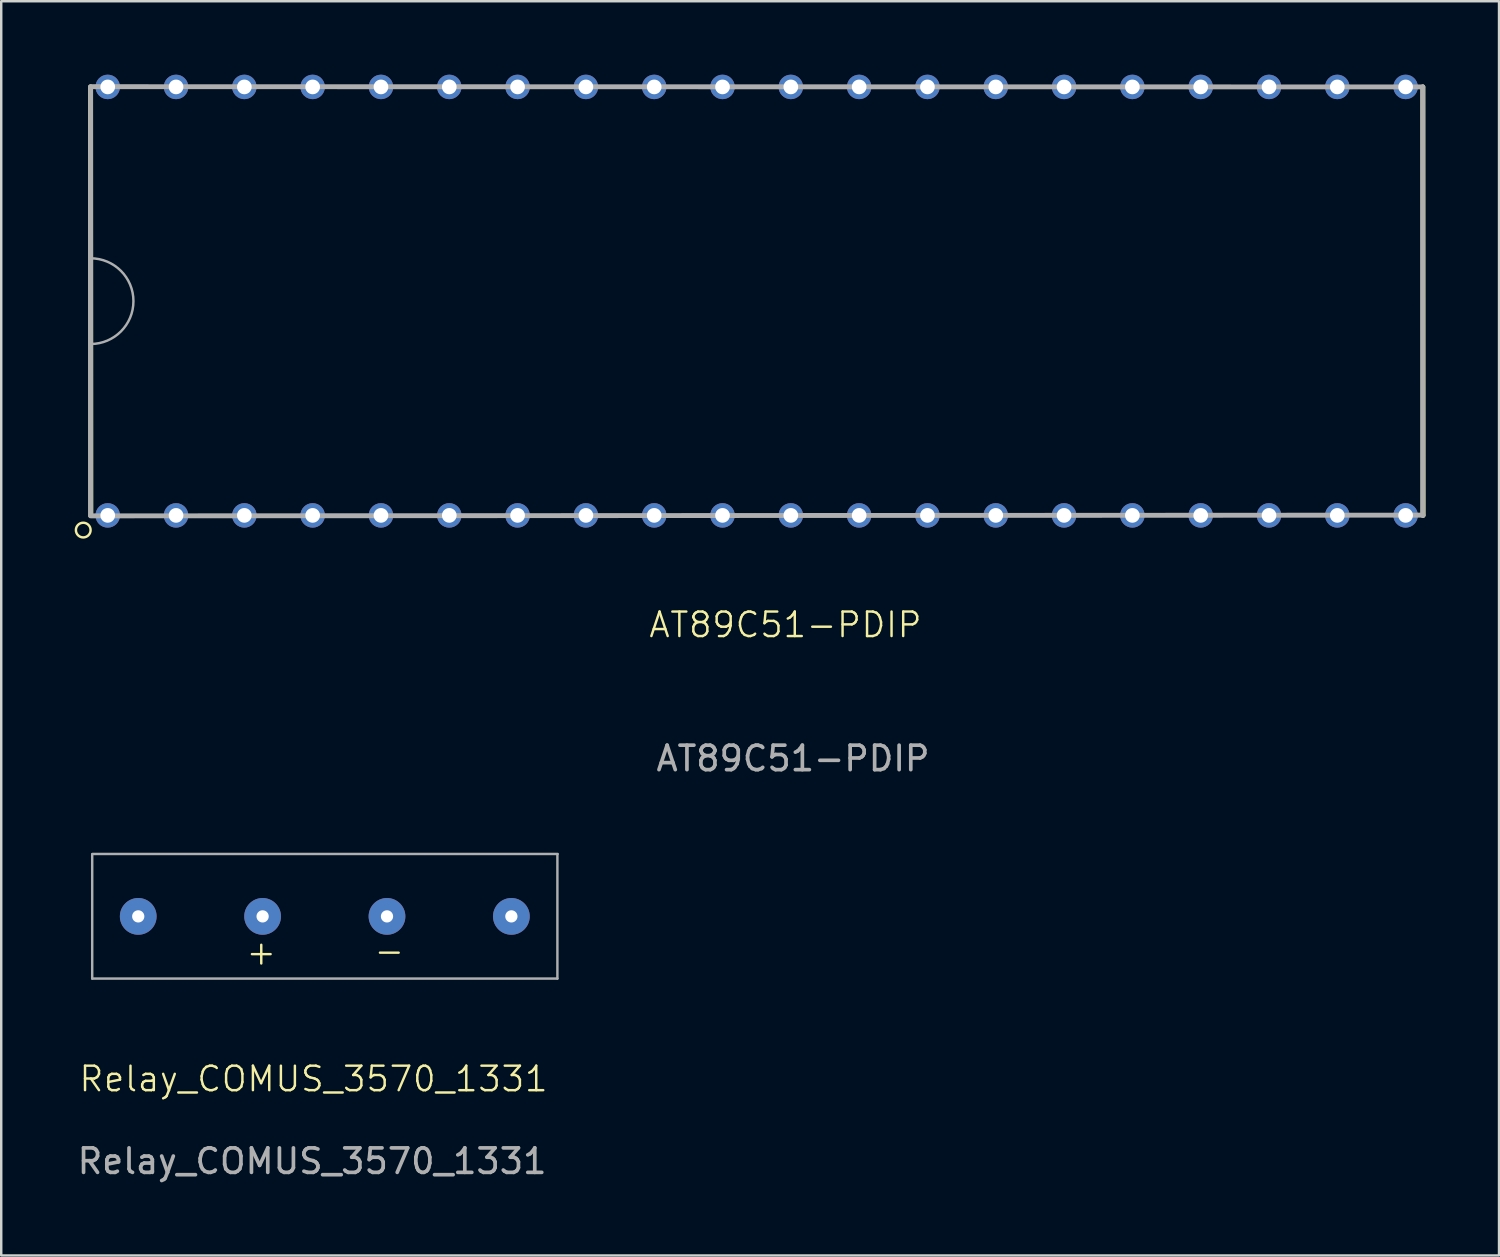
<source format=kicad_pcb>
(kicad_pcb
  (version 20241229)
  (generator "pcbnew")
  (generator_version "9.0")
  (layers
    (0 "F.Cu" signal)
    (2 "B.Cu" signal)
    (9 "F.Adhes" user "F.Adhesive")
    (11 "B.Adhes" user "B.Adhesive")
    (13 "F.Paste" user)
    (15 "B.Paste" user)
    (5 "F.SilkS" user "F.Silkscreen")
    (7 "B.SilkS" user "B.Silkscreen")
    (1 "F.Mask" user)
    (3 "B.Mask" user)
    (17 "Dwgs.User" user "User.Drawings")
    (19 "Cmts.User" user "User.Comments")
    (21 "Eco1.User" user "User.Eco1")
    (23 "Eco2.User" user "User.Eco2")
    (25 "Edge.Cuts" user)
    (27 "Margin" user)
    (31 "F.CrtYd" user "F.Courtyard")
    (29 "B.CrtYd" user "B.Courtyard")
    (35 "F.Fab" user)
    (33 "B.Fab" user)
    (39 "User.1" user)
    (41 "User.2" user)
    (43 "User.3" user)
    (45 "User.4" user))
  (footprint "AT89C51-PDIP"
    (layer "F.Cu")
    (at 1.35 18)
    (property "Reference" "AT89C51-PDIP" (at 27.68 4.47 0) (unlocked yes) (layer "F.SilkS") (effects (font (size 1 1) (thickness 0.1))))
    (attr smd)
    (fp_line (start -0.69 0) (end -0.7 -17.5) (stroke (width 0.2) (type default)) (layer "F.SilkS"))
    (fp_line (start 53.725 0) (end 53.715 -17.5) (stroke (width 0.2) (type default)) (layer "F.SilkS"))
    (fp_circle (center -1 0.6) (end -0.7 0.6) (stroke (width 0.1) (type default)) (fill no) (layer "F.SilkS"))
    (fp_line (start -0.7 -17.51) (end 53.71 -17.5) (stroke (width 0.2) (type default)) (layer "F.Fab"))
    (fp_line (start -0.7 0) (end -0.7 -17.5) (stroke (width 0.2) (type default)) (layer "F.Fab"))
    (fp_line (start -0.7 0.02) (end 53.72 -0.01) (stroke (width 0.2) (type default)) (layer "F.Fab"))
    (fp_line (start 53.71 0) (end 53.71 -17.5) (stroke (width 0.2) (type default)) (layer "F.Fab"))
    (fp_arc (start -0.7 -10.5) (mid 1.05 -8.75) (end -0.7 -7) (stroke (width 0.1) (type default)) (layer "F.Fab"))
    (fp_text user "${REFERENCE}" (at 27.99 9.93 0) (unlocked yes) (layer "F.Fab") (effects (font (size 1 1) (thickness 0.15))))
    (pad "1" thru_hole circle (at 0 0) (size 1 1) (drill 0.6) (layers "*.Cu" "*.Mask"))
    (pad "2" thru_hole circle (at 2.79 0) (size 1 1) (drill 0.6) (layers "*.Cu" "*.Mask"))
    (pad "3" thru_hole circle (at 5.58 0) (size 1 1) (drill 0.6) (layers "*.Cu" "*.Mask"))
    (pad "4" thru_hole circle (at 8.37 0) (size 1 1) (drill 0.6) (layers "*.Cu" "*.Mask"))
    (pad "5" thru_hole circle (at 11.16 0) (size 1 1) (drill 0.6) (layers "*.Cu" "*.Mask"))
    (pad "6" thru_hole circle (at 13.95 0) (size 1 1) (drill 0.6) (layers "*.Cu" "*.Mask"))
    (pad "7" thru_hole circle (at 16.74 0) (size 1 1) (drill 0.6) (layers "*.Cu" "*.Mask"))
    (pad "8" thru_hole circle (at 19.53 0) (size 1 1) (drill 0.6) (layers "*.Cu" "*.Mask"))
    (pad "9" thru_hole circle (at 22.32 0) (size 1 1) (drill 0.6) (layers "*.Cu" "*.Mask"))
    (pad "10" thru_hole circle (at 25.11 0) (size 1 1) (drill 0.6) (layers "*.Cu" "*.Mask"))
    (pad "11" thru_hole circle (at 27.9 0) (size 1 1) (drill 0.6) (layers "*.Cu" "*.Mask"))
    (pad "12" thru_hole circle (at 30.69 0) (size 1 1) (drill 0.6) (layers "*.Cu" "*.Mask"))
    (pad "13" thru_hole circle (at 33.48 0) (size 1 1) (drill 0.6) (layers "*.Cu" "*.Mask"))
    (pad "14" thru_hole circle (at 36.27 0) (size 1 1) (drill 0.6) (layers "*.Cu" "*.Mask"))
    (pad "15" thru_hole circle (at 39.06 0) (size 1 1) (drill 0.6) (layers "*.Cu" "*.Mask"))
    (pad "16" thru_hole circle (at 41.85 0) (size 1 1) (drill 0.6) (layers "*.Cu" "*.Mask"))
    (pad "17" thru_hole circle (at 44.64 0) (size 1 1) (drill 0.6) (layers "*.Cu" "*.Mask"))
    (pad "18" thru_hole circle (at 47.43 0) (size 1 1) (drill 0.6) (layers "*.Cu" "*.Mask"))
    (pad "19" thru_hole circle (at 50.22 0) (size 1 1) (drill 0.6) (layers "*.Cu" "*.Mask"))
    (pad "20" thru_hole circle (at 53.01 0) (size 1 1) (drill 0.6) (layers "*.Cu" "*.Mask"))
    (pad "21" thru_hole circle (at 53.01 -17.5) (size 1 1) (drill 0.6) (layers "*.Cu" "*.Mask"))
    (pad "22" thru_hole circle (at 50.22 -17.5) (size 1 1) (drill 0.6) (layers "*.Cu" "*.Mask"))
    (pad "23" thru_hole circle (at 47.43 -17.5) (size 1 1) (drill 0.6) (layers "*.Cu" "*.Mask"))
    (pad "24" thru_hole circle (at 44.64 -17.5) (size 1 1) (drill 0.6) (layers "*.Cu" "*.Mask"))
    (pad "25" thru_hole circle (at 41.85 -17.5) (size 1 1) (drill 0.6) (layers "*.Cu" "*.Mask"))
    (pad "26" thru_hole circle (at 39.06 -17.5) (size 1 1) (drill 0.6) (layers "*.Cu" "*.Mask"))
    (pad "27" thru_hole circle (at 36.27 -17.5) (size 1 1) (drill 0.6) (layers "*.Cu" "*.Mask"))
    (pad "28" thru_hole circle (at 33.48 -17.5) (size 1 1) (drill 0.6) (layers "*.Cu" "*.Mask"))
    (pad "29" thru_hole circle (at 30.69 -17.5) (size 1 1) (drill 0.6) (layers "*.Cu" "*.Mask"))
    (pad "30" thru_hole circle (at 27.9 -17.5) (size 1 1) (drill 0.6) (layers "*.Cu" "*.Mask"))
    (pad "31" thru_hole circle (at 25.11 -17.5) (size 1 1) (drill 0.6) (layers "*.Cu" "*.Mask"))
    (pad "32" thru_hole circle (at 22.32 -17.5) (size 1 1) (drill 0.6) (layers "*.Cu" "*.Mask"))
    (pad "33" thru_hole circle (at 19.53 -17.5) (size 1 1) (drill 0.6) (layers "*.Cu" "*.Mask"))
    (pad "34" thru_hole circle (at 16.74 -17.5) (size 1 1) (drill 0.6) (layers "*.Cu" "*.Mask"))
    (pad "35" thru_hole circle (at 13.95 -17.5) (size 1 1) (drill 0.6) (layers "*.Cu" "*.Mask"))
    (pad "36" thru_hole circle (at 11.16 -17.5) (size 1 1) (drill 0.6) (layers "*.Cu" "*.Mask"))
    (pad "37" thru_hole circle (at 8.37 -17.5) (size 1 1) (drill 0.6) (layers "*.Cu" "*.Mask"))
    (pad "38" thru_hole circle (at 5.58 -17.5) (size 1 1) (drill 0.6) (layers "*.Cu" "*.Mask"))
    (pad "39" thru_hole circle (at 2.79 -17.5) (size 1 1) (drill 0.6) (layers "*.Cu" "*.Mask"))
    (pad "40" thru_hole circle (at 0 -17.5) (size 1 1) (drill 0.6) (layers "*.Cu" "*.Mask")))
  (footprint "Relay_COMUS_3570_1331"
    (layer "F.Cu")
    (at 9.736 34.358)
    (property "Reference" "Relay_COMUS_3570_1331" (at 0.02 6.66 0) (unlocked yes) (layer "F.SilkS") (effects (font (size 1 1) (thickness 0.1))))
    (attr through_hole)
    (fp_line (start -9.02 -2.52) (end -9.02 2.56) (stroke (width 0.1) (type default)) (layer "F.Fab"))
    (fp_line (start -9.02 2.56) (end 9.98 2.56) (stroke (width 0.1) (type default)) (layer "F.Fab"))
    (fp_line (start -9.01 -2.53) (end 9.99 -2.53) (stroke (width 0.1) (type default)) (layer "F.Fab"))
    (fp_line (start 9.98 -2.52) (end 9.98 2.56) (stroke (width 0.1) (type default)) (layer "F.Fab"))
    (fp_text user "-" (at 2.43 2.01 0) (unlocked yes) (layer "F.SilkS") (effects (font (size 1 1) (thickness 0.1)) (justify left bottom)))
    (fp_text user "+" (at -2.8 2.07 0) (unlocked yes) (layer "F.SilkS") (effects (font (size 1 1) (thickness 0.1)) (justify left bottom)))
    (fp_text user "${REFERENCE}" (at -0.04 10.02 0) (unlocked yes) (layer "F.Fab") (effects (font (size 1 1) (thickness 0.15))))
    (pad "13" thru_hole circle (at -7.14 0.02) (size 1.5 1.5) (drill 0.5) (layers "*.Cu" "*.Mask"))
    (pad "14" thru_hole circle (at 8.1 0.02) (size 1.5 1.5) (drill 0.5) (layers "*.Cu" "*.Mask"))
    (pad "A1" thru_hole circle (at 3.02 0.02) (size 1.5 1.5) (drill 0.5) (layers "*.Cu" "*.Mask"))
    (pad "A2" thru_hole circle (at -2.06 0.02) (size 1.5 1.5) (drill 0.5) (layers "*.Cu" "*.Mask")))
  (gr_rect
    (start -3 -3)
    (end 58.175 48.227)
    (stroke (width 0.1) (type default))
    (fill no)
    (layer "Edge.Cuts")))
</source>
